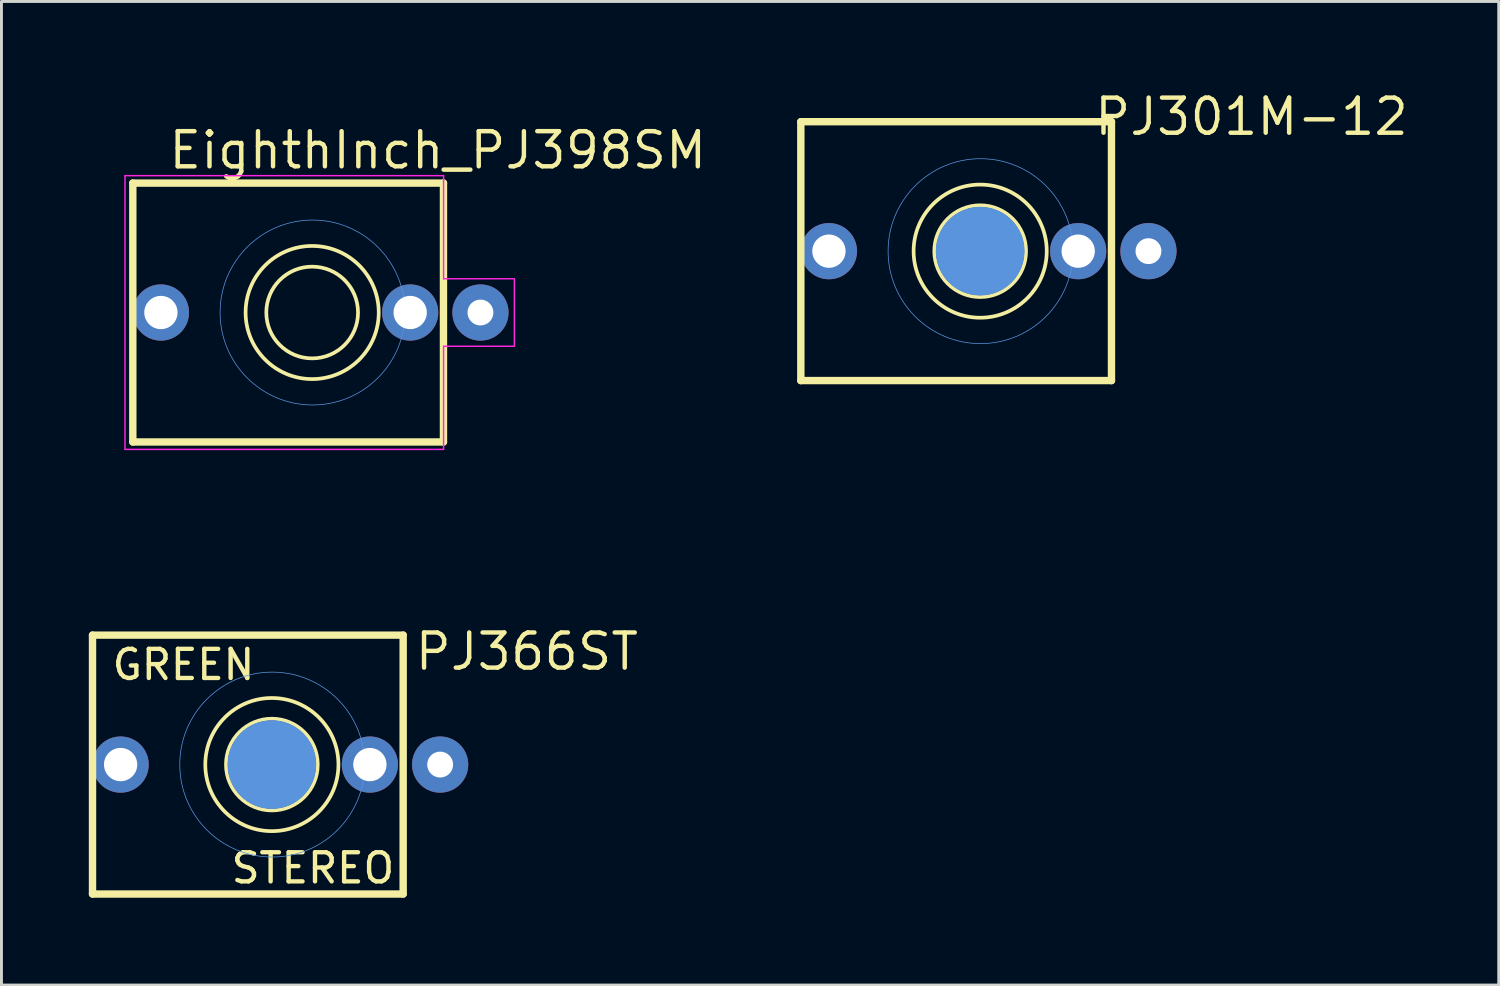
<source format=kicad_pcb>
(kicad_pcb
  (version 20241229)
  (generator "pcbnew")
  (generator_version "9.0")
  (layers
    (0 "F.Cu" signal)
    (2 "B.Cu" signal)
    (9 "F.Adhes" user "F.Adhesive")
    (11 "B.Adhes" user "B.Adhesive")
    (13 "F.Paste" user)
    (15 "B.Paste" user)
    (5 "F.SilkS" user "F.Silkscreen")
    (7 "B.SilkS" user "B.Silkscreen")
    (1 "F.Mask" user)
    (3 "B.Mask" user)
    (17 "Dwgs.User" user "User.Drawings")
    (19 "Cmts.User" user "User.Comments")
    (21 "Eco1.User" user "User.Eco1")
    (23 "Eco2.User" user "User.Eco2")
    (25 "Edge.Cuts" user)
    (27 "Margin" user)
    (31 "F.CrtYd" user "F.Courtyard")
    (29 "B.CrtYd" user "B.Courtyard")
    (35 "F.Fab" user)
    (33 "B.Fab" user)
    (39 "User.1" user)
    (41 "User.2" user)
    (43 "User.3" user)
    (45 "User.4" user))
  (footprint "PJ366ST"
    (layer "F.Cu")
    (at 6.299 23.206)
    (property "Reference" "PJ366ST" (at 4.826 -3.175 0) (layer "F.SilkS") (effects (font (size 1.206 1.206) (thickness 0.152)) (justify left bottom)))
    (attr through_hole)
    (fp_line (start -6.172 -4.445) (end -6.172 4.445) (stroke (width 0.254) (type solid)) (layer "F.SilkS"))
    (fp_line (start -6.172 4.445) (end 4.496 4.445) (stroke (width 0.254) (type solid)) (layer "F.SilkS"))
    (fp_line (start 4.496 -4.445) (end -6.172 -4.445) (stroke (width 0.254) (type solid)) (layer "F.SilkS"))
    (fp_line (start 4.496 4.445) (end 4.496 -4.445) (stroke (width 0.254) (type solid)) (layer "F.SilkS"))
    (fp_circle (center -0.013 0) (end 1.562 0) (stroke (width 0.127) (type solid)) (fill no) (layer "F.SilkS"))
    (fp_circle (center -0.013 0) (end 2.273 0) (stroke (width 0.127) (type solid)) (fill no) (layer "F.SilkS"))
    (fp_circle (center -0.013 0) (end 1.511 0) (stroke (width 0) (type solid)) (fill yes) (layer "Cmts.User"))
    (fp_circle (center 0 0) (end 3.175 0) (stroke (width 0.025) (type solid)) (fill no) (layer "Cmts.User"))
    (fp_text user "STEREO" (at 1.397 3.556 0) (layer "F.SilkS") (effects (font (size 1 1) (thickness 0.15))))
    (fp_text user "GREEN" (at -3.048 -3.429 0) (layer "F.SilkS") (effects (font (size 1 1) (thickness 0.15))))
    (pad "1" thru_hole circle (at 5.766 0) (size 1.93 1.93) (drill 0.889) (layers "*.Cu" "*.Mask"))
    (pad "2" thru_hole circle (at -5.207 0) (size 1.93 1.93) (drill 1.143) (layers "*.Cu" "*.Mask"))
    (pad "3" thru_hole circle (at 3.353 0) (size 1.93 1.93) (drill 1.143) (layers "*.Cu" "*.Mask")))
  (footprint "EighthInch_PJ398SM"
    (layer "F.Cu")
    (at 7.683 7.682)
    (property "Reference" "EighthInch_PJ398SM" (at -5.017 -4.866 0) (layer "F.SilkS") (effects (font (size 1.206 1.206) (thickness 0.152)) (justify left bottom)))
    (attr through_hole)
    (fp_line (start -6.172 -4.445) (end -6.172 4.445) (stroke (width 0.254) (type solid)) (layer "F.SilkS"))
    (fp_line (start -6.172 4.445) (end 4.496 4.445) (stroke (width 0.254) (type solid)) (layer "F.SilkS"))
    (fp_line (start 4.496 -4.445) (end -6.172 -4.445) (stroke (width 0.254) (type solid)) (layer "F.SilkS"))
    (fp_line (start 4.496 4.445) (end 4.496 -4.445) (stroke (width 0.254) (type solid)) (layer "F.SilkS"))
    (fp_circle (center -0.013 0) (end 1.562 0) (stroke (width 0.127) (type solid)) (fill no) (layer "F.SilkS"))
    (fp_circle (center -0.013 0) (end 2.273 0) (stroke (width 0.127) (type solid)) (fill no) (layer "F.SilkS"))
    (fp_circle (center 0 0) (end 3.175 0) (stroke (width 0.025) (type solid)) (fill no) (layer "Cmts.User"))
    (fp_circle (center 0.000163 0.002) (end 7.62 0.002) (stroke (width 0.127) (type solid)) (fill no) (layer "Eco1.User"))
    (fp_line (start -6.44 -4.7) (end -6.44 4.7) (stroke (width 0.05) (type solid)) (layer "F.CrtYd"))
    (fp_line (start -6.44 -4.7) (end 4.5 -4.7) (stroke (width 0.05) (type solid)) (layer "F.CrtYd"))
    (fp_line (start -6.44 4.7) (end 4.5 4.7) (stroke (width 0.05) (type solid)) (layer "F.CrtYd"))
    (fp_line (start 4.5 -4.7) (end 4.5 -1.16) (stroke (width 0.05) (type solid)) (layer "F.CrtYd"))
    (fp_line (start 4.5 -1.16) (end 6.93 -1.16) (stroke (width 0.05) (type solid)) (layer "F.CrtYd"))
    (fp_line (start 4.5 1.16) (end 4.5 4.7) (stroke (width 0.05) (type solid)) (layer "F.CrtYd"))
    (fp_line (start 6.93 -1.16) (end 6.93 1.16) (stroke (width 0.05) (type solid)) (layer "F.CrtYd"))
    (fp_line (start 6.93 1.16) (end 4.5 1.16) (stroke (width 0.05) (type solid)) (layer "F.CrtYd"))
    (pad "1" thru_hole circle (at -5.207 0) (size 1.93 1.93) (drill 1.143) (layers "*.Cu" "*.Mask"))
    (pad "2" thru_hole circle (at 5.766 0) (size 1.93 1.93) (drill 0.889) (layers "*.Cu" "*.Mask"))
    (pad "3" thru_hole circle (at 3.353 0) (size 1.93 1.93) (drill 1.143) (layers "*.Cu" "*.Mask")))
  (footprint "PJ301M-12"
    (layer "F.Cu")
    (at 30.623 5.575)
    (property "Reference" "PJ301M-12" (at 3.835 -3.912 0) (layer "F.SilkS") (effects (font (size 1.206 1.206) (thickness 0.152)) (justify left bottom)))
    (attr through_hole)
    (fp_line (start -6.172 -4.445) (end -6.172 4.445) (stroke (width 0.254) (type solid)) (layer "F.SilkS"))
    (fp_line (start -6.172 4.445) (end 4.496 4.445) (stroke (width 0.254) (type solid)) (layer "F.SilkS"))
    (fp_line (start 4.496 -4.445) (end -6.172 -4.445) (stroke (width 0.254) (type solid)) (layer "F.SilkS"))
    (fp_line (start 4.496 4.445) (end 4.496 -4.445) (stroke (width 0.254) (type solid)) (layer "F.SilkS"))
    (fp_circle (center -0.013 0) (end 1.562 0) (stroke (width 0.127) (type solid)) (fill no) (layer "F.SilkS"))
    (fp_circle (center -0.013 0) (end 2.273 0) (stroke (width 0.127) (type solid)) (fill no) (layer "F.SilkS"))
    (fp_circle (center -0.013 0) (end 1.511 0) (stroke (width 0) (type solid)) (fill yes) (layer "Cmts.User"))
    (fp_circle (center 0 0) (end 3.175 0) (stroke (width 0.025) (type solid)) (fill no) (layer "Cmts.User"))
    (pad "1" thru_hole circle (at -5.207 0) (size 1.93 1.93) (drill 1.143) (layers "*.Cu" "*.Mask"))
    (pad "2" thru_hole circle (at 5.766 0) (size 1.93 1.93) (drill 0.889) (layers "*.Cu" "*.Mask"))
    (pad "3" thru_hole circle (at 3.353 0) (size 1.93 1.93) (drill 1.143) (layers "*.Cu" "*.Mask")))
  (gr_rect
    (start -3 -3)
    (end 48.418 30.778)
    (stroke (width 0.1) (type default))
    (fill no)
    (layer "Edge.Cuts")))
</source>
